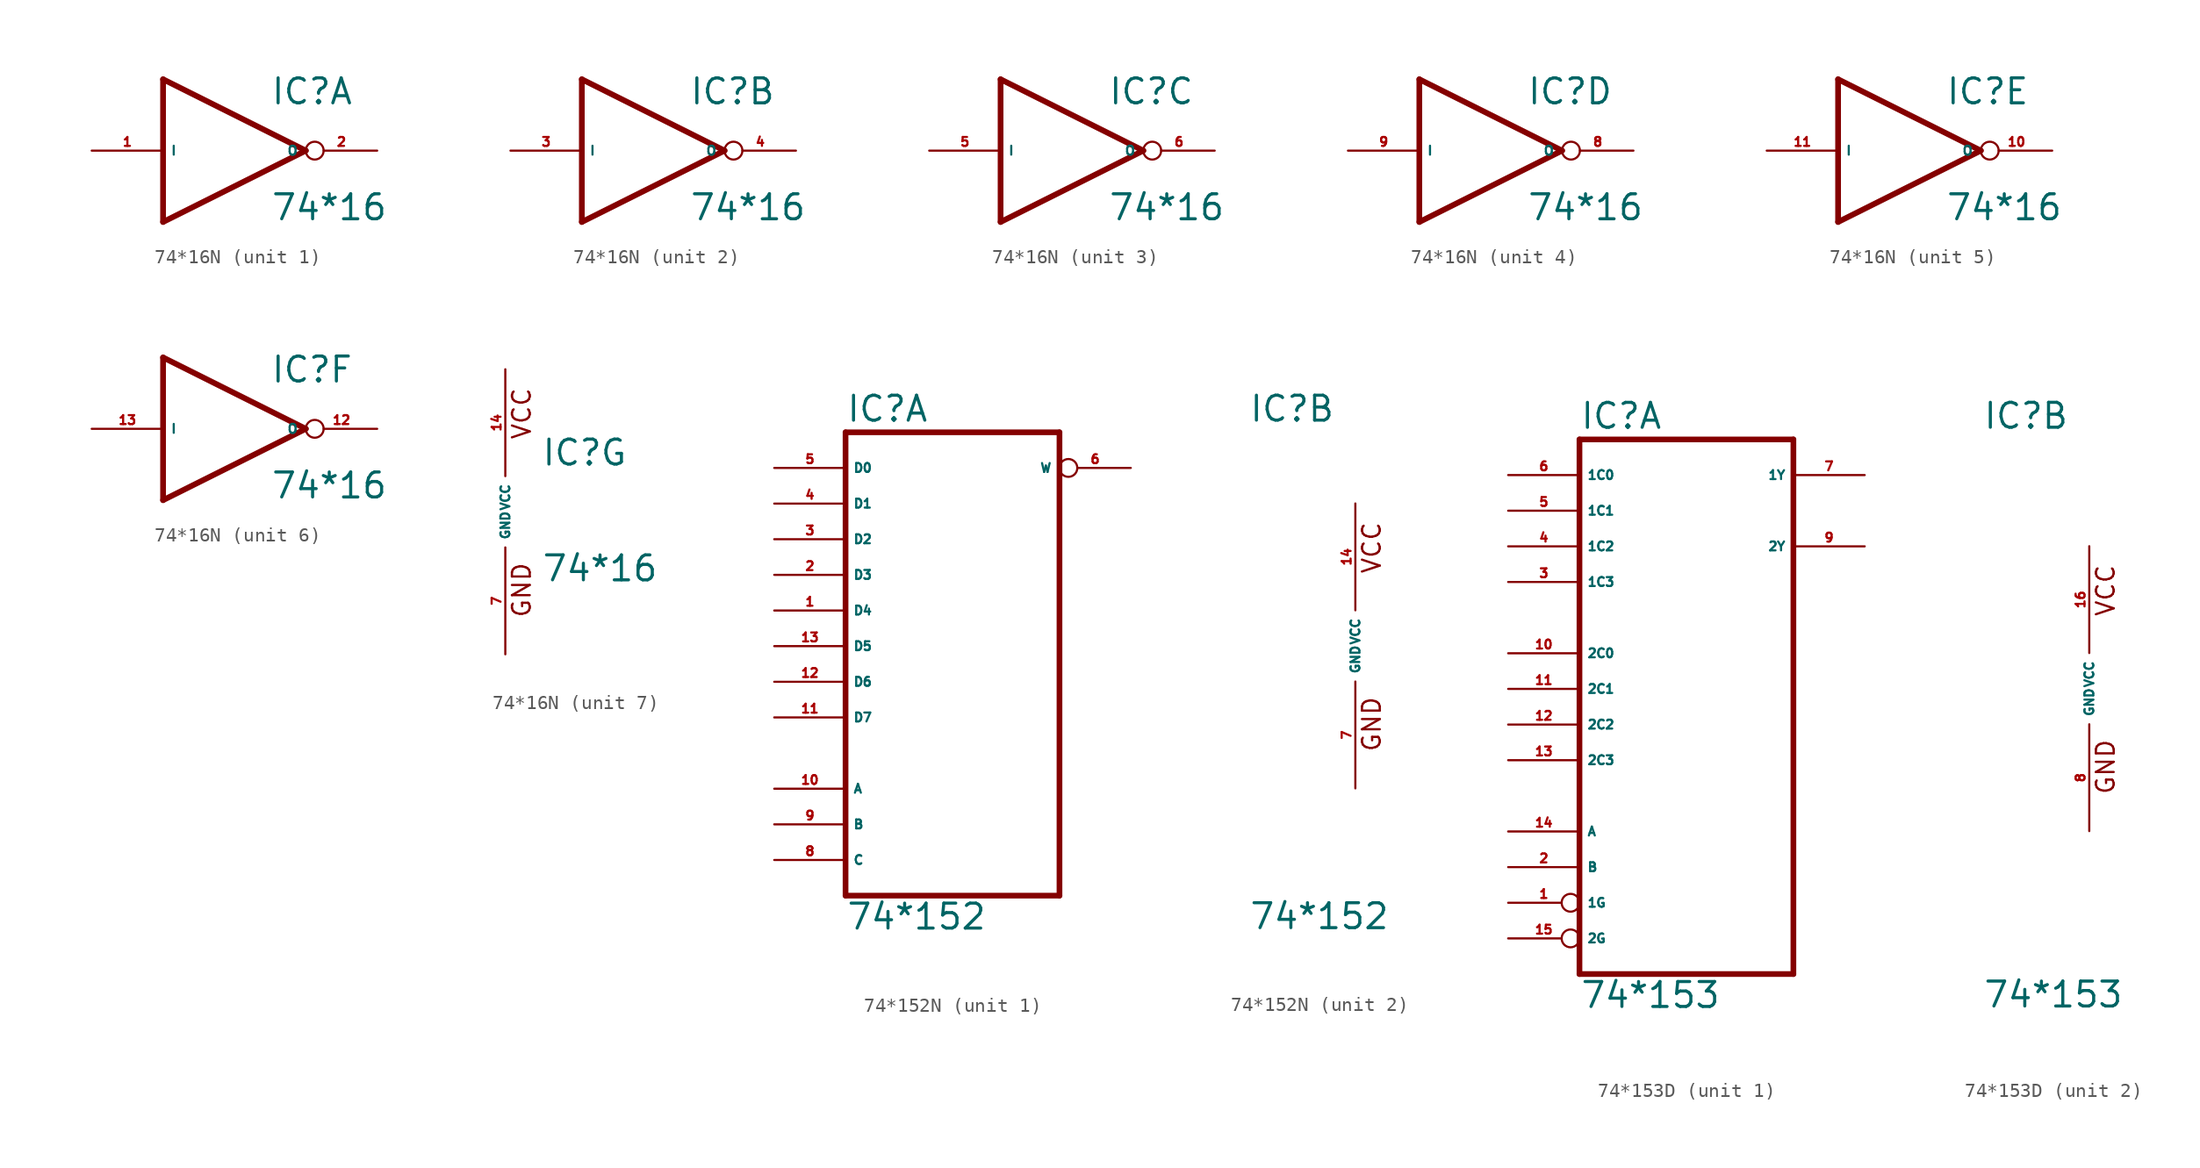
<source format=kicad_sym>
(kicad_symbol_lib
  (version 20220914)
  (generator Eagle2Kicad)
  (symbol "74*16N"
    (property "Reference" "IC"
      (at 2.54 3.175 0)
      (effects (font (size 1.778 1.778) (thickness 0.22)) (justify left bottom)))
    (property "Value" "74*16"
      (at 2.54 -5.08 0)
      (effects (font (size 1.778 1.778) (thickness 0.22)) (justify left bottom)))
    (symbol "74*16N_1_0"
      (polyline (pts (xy -5.08 5.08) (xy 5.08 0)) (stroke (width 0.406) (type default)) (fill (type none)))
      (polyline (pts (xy 5.08 0) (xy -5.08 -5.08)) (stroke (width 0.406) (type default)) (fill (type none)))
      (polyline (pts (xy -5.08 -5.08) (xy -5.08 5.08)) (stroke (width 0.406) (type default)) (fill (type none)))
      (pin input line (at -10.16 0 0) (length 5.08) (name "I" (effects (font (size 0.635 0.635) (thickness 0.08)) (justify left bottom))) (number "1" (effects (font (size 0.635 0.635) (thickness 0.08)) (justify left bottom))))
      (pin open_collector inverted (at 10.16 0 180) (length 5.08) (name "O" (effects (font (size 0.635 0.635) (thickness 0.08)) (justify left bottom))) (number "2" (effects (font (size 0.635 0.635) (thickness 0.08)) (justify left bottom)))))
    (symbol "74*16N_2_0"
      (polyline (pts (xy -5.08 5.08) (xy 5.08 0)) (stroke (width 0.406) (type default)) (fill (type none)))
      (polyline (pts (xy 5.08 0) (xy -5.08 -5.08)) (stroke (width 0.406) (type default)) (fill (type none)))
      (polyline (pts (xy -5.08 -5.08) (xy -5.08 5.08)) (stroke (width 0.406) (type default)) (fill (type none)))
      (pin input line (at -10.16 0 0) (length 5.08) (name "I" (effects (font (size 0.635 0.635) (thickness 0.08)) (justify left bottom))) (number "3" (effects (font (size 0.635 0.635) (thickness 0.08)) (justify left bottom))))
      (pin open_collector inverted (at 10.16 0 180) (length 5.08) (name "O" (effects (font (size 0.635 0.635) (thickness 0.08)) (justify left bottom))) (number "4" (effects (font (size 0.635 0.635) (thickness 0.08)) (justify left bottom)))))
    (symbol "74*16N_3_0"
      (polyline (pts (xy -5.08 5.08) (xy 5.08 0)) (stroke (width 0.406) (type default)) (fill (type none)))
      (polyline (pts (xy 5.08 0) (xy -5.08 -5.08)) (stroke (width 0.406) (type default)) (fill (type none)))
      (polyline (pts (xy -5.08 -5.08) (xy -5.08 5.08)) (stroke (width 0.406) (type default)) (fill (type none)))
      (pin input line (at -10.16 0 0) (length 5.08) (name "I" (effects (font (size 0.635 0.635) (thickness 0.08)) (justify left bottom))) (number "5" (effects (font (size 0.635 0.635) (thickness 0.08)) (justify left bottom))))
      (pin open_collector inverted (at 10.16 0 180) (length 5.08) (name "O" (effects (font (size 0.635 0.635) (thickness 0.08)) (justify left bottom))) (number "6" (effects (font (size 0.635 0.635) (thickness 0.08)) (justify left bottom)))))
    (symbol "74*16N_4_0"
      (polyline (pts (xy -5.08 5.08) (xy 5.08 0)) (stroke (width 0.406) (type default)) (fill (type none)))
      (polyline (pts (xy 5.08 0) (xy -5.08 -5.08)) (stroke (width 0.406) (type default)) (fill (type none)))
      (polyline (pts (xy -5.08 -5.08) (xy -5.08 5.08)) (stroke (width 0.406) (type default)) (fill (type none)))
      (pin input line (at -10.16 0 0) (length 5.08) (name "I" (effects (font (size 0.635 0.635) (thickness 0.08)) (justify left bottom))) (number "9" (effects (font (size 0.635 0.635) (thickness 0.08)) (justify left bottom))))
      (pin open_collector inverted (at 10.16 0 180) (length 5.08) (name "O" (effects (font (size 0.635 0.635) (thickness 0.08)) (justify left bottom))) (number "8" (effects (font (size 0.635 0.635) (thickness 0.08)) (justify left bottom)))))
    (symbol "74*16N_5_0"
      (polyline (pts (xy -5.08 5.08) (xy 5.08 0)) (stroke (width 0.406) (type default)) (fill (type none)))
      (polyline (pts (xy 5.08 0) (xy -5.08 -5.08)) (stroke (width 0.406) (type default)) (fill (type none)))
      (polyline (pts (xy -5.08 -5.08) (xy -5.08 5.08)) (stroke (width 0.406) (type default)) (fill (type none)))
      (pin input line (at -10.16 0 0) (length 5.08) (name "I" (effects (font (size 0.635 0.635) (thickness 0.08)) (justify left bottom))) (number "11" (effects (font (size 0.635 0.635) (thickness 0.08)) (justify left bottom))))
      (pin open_collector inverted (at 10.16 0 180) (length 5.08) (name "O" (effects (font (size 0.635 0.635) (thickness 0.08)) (justify left bottom))) (number "10" (effects (font (size 0.635 0.635) (thickness 0.08)) (justify left bottom)))))
    (symbol "74*16N_6_0"
      (polyline (pts (xy -5.08 5.08) (xy 5.08 0)) (stroke (width 0.406) (type default)) (fill (type none)))
      (polyline (pts (xy 5.08 0) (xy -5.08 -5.08)) (stroke (width 0.406) (type default)) (fill (type none)))
      (polyline (pts (xy -5.08 -5.08) (xy -5.08 5.08)) (stroke (width 0.406) (type default)) (fill (type none)))
      (pin input line (at -10.16 0 0) (length 5.08) (name "I" (effects (font (size 0.635 0.635) (thickness 0.08)) (justify left bottom))) (number "13" (effects (font (size 0.635 0.635) (thickness 0.08)) (justify left bottom))))
      (pin open_collector inverted (at 10.16 0 180) (length 5.08) (name "O" (effects (font (size 0.635 0.635) (thickness 0.08)) (justify left bottom))) (number "12" (effects (font (size 0.635 0.635) (thickness 0.08)) (justify left bottom)))))
    (symbol "74*16N_7_0"
      (text "GND" (at 1.905 -7.62 900) (effects (font (size 1.27 1.27) (thickness 0.16)) (justify left bottom)))
      (text "VCC" (at 1.905 5.08 900) (effects (font (size 1.27 1.27) (thickness 0.16)) (justify left bottom)))
      (pin unspecified line (at 0 -10.16 90) (length 7.62) (name "GND" (effects (font (size 0.635 0.635) (thickness 0.08)) (justify left bottom))) (number "7" (effects (font (size 0.635 0.635) (thickness 0.08)) (justify left bottom))))
      (pin unspecified line (at 0 10.16 270) (length 7.62) (name "VCC" (effects (font (size 0.635 0.635) (thickness 0.08)) (justify left bottom))) (number "14" (effects (font (size 0.635 0.635) (thickness 0.08)) (justify left bottom))))))
  (symbol "74*152N"
    (property "Reference" "IC"
      (at -7.62 15.875 0)
      (effects (font (size 1.778 1.778) (thickness 0.22)) (justify left bottom)))
    (property "Value" "74*152"
      (at -7.62 -20.32 0)
      (effects (font (size 1.778 1.778) (thickness 0.22)) (justify left bottom)))
    (symbol "74*152N_1_0"
      (polyline (pts (xy -7.62 -17.78) (xy 7.62 -17.78)) (stroke (width 0.406) (type default)) (fill (type none)))
      (polyline (pts (xy 7.62 -17.78) (xy 7.62 15.24)) (stroke (width 0.406) (type default)) (fill (type none)))
      (polyline (pts (xy 7.62 15.24) (xy -7.62 15.24)) (stroke (width 0.406) (type default)) (fill (type none)))
      (polyline (pts (xy -7.62 15.24) (xy -7.62 -17.78)) (stroke (width 0.406) (type default)) (fill (type none)))
      (pin input line (at -12.7 2.54 0) (length 5.08) (name "D4" (effects (font (size 0.635 0.635) (thickness 0.08)) (justify left bottom))) (number "1" (effects (font (size 0.635 0.635) (thickness 0.08)) (justify left bottom))))
      (pin input line (at -12.7 5.08 0) (length 5.08) (name "D3" (effects (font (size 0.635 0.635) (thickness 0.08)) (justify left bottom))) (number "2" (effects (font (size 0.635 0.635) (thickness 0.08)) (justify left bottom))))
      (pin input line (at -12.7 7.62 0) (length 5.08) (name "D2" (effects (font (size 0.635 0.635) (thickness 0.08)) (justify left bottom))) (number "3" (effects (font (size 0.635 0.635) (thickness 0.08)) (justify left bottom))))
      (pin input line (at -12.7 10.16 0) (length 5.08) (name "D1" (effects (font (size 0.635 0.635) (thickness 0.08)) (justify left bottom))) (number "4" (effects (font (size 0.635 0.635) (thickness 0.08)) (justify left bottom))))
      (pin input line (at -12.7 12.7 0) (length 5.08) (name "D0" (effects (font (size 0.635 0.635) (thickness 0.08)) (justify left bottom))) (number "5" (effects (font (size 0.635 0.635) (thickness 0.08)) (justify left bottom))))
      (pin output inverted (at 12.7 12.7 180) (length 5.08) (name "W" (effects (font (size 0.635 0.635) (thickness 0.08)) (justify left bottom))) (number "6" (effects (font (size 0.635 0.635) (thickness 0.08)) (justify left bottom))))
      (pin input line (at -12.7 -15.24 0) (length 5.08) (name "C" (effects (font (size 0.635 0.635) (thickness 0.08)) (justify left bottom))) (number "8" (effects (font (size 0.635 0.635) (thickness 0.08)) (justify left bottom))))
      (pin input line (at -12.7 -12.7 0) (length 5.08) (name "B" (effects (font (size 0.635 0.635) (thickness 0.08)) (justify left bottom))) (number "9" (effects (font (size 0.635 0.635) (thickness 0.08)) (justify left bottom))))
      (pin input line (at -12.7 -10.16 0) (length 5.08) (name "A" (effects (font (size 0.635 0.635) (thickness 0.08)) (justify left bottom))) (number "10" (effects (font (size 0.635 0.635) (thickness 0.08)) (justify left bottom))))
      (pin input line (at -12.7 -5.08 0) (length 5.08) (name "D7" (effects (font (size 0.635 0.635) (thickness 0.08)) (justify left bottom))) (number "11" (effects (font (size 0.635 0.635) (thickness 0.08)) (justify left bottom))))
      (pin input line (at -12.7 -2.54 0) (length 5.08) (name "D6" (effects (font (size 0.635 0.635) (thickness 0.08)) (justify left bottom))) (number "12" (effects (font (size 0.635 0.635) (thickness 0.08)) (justify left bottom))))
      (pin input line (at -12.7 0 0) (length 5.08) (name "D5" (effects (font (size 0.635 0.635) (thickness 0.08)) (justify left bottom))) (number "13" (effects (font (size 0.635 0.635) (thickness 0.08)) (justify left bottom)))))
    (symbol "74*152N_2_0"
      (text "GND" (at 1.905 -7.62 900) (effects (font (size 1.27 1.27) (thickness 0.16)) (justify left bottom)))
      (text "VCC" (at 1.905 5.08 900) (effects (font (size 1.27 1.27) (thickness 0.16)) (justify left bottom)))
      (pin unspecified line (at 0 -10.16 90) (length 7.62) (name "GND" (effects (font (size 0.635 0.635) (thickness 0.08)) (justify left bottom))) (number "7" (effects (font (size 0.635 0.635) (thickness 0.08)) (justify left bottom))))
      (pin unspecified line (at 0 10.16 270) (length 7.62) (name "VCC" (effects (font (size 0.635 0.635) (thickness 0.08)) (justify left bottom))) (number "14" (effects (font (size 0.635 0.635) (thickness 0.08)) (justify left bottom))))))
  (symbol "74*153D"
    (property "Reference" "IC"
      (at -7.62 18.415 0)
      (effects (font (size 1.778 1.778) (thickness 0.22)) (justify left bottom)))
    (property "Value" "74*153"
      (at -7.62 -22.86 0)
      (effects (font (size 1.778 1.778) (thickness 0.22)) (justify left bottom)))
    (symbol "74*153D_1_0"
      (polyline (pts (xy -7.62 -20.32) (xy 7.62 -20.32)) (stroke (width 0.406) (type default)) (fill (type none)))
      (polyline (pts (xy 7.62 -20.32) (xy 7.62 17.78)) (stroke (width 0.406) (type default)) (fill (type none)))
      (polyline (pts (xy 7.62 17.78) (xy -7.62 17.78)) (stroke (width 0.406) (type default)) (fill (type none)))
      (polyline (pts (xy -7.62 17.78) (xy -7.62 -20.32)) (stroke (width 0.406) (type default)) (fill (type none)))
      (pin input inverted (at -12.7 -15.24 0) (length 5.08) (name "1G" (effects (font (size 0.635 0.635) (thickness 0.08)) (justify left bottom))) (number "1" (effects (font (size 0.635 0.635) (thickness 0.08)) (justify left bottom))))
      (pin input line (at -12.7 -12.7 0) (length 5.08) (name "B" (effects (font (size 0.635 0.635) (thickness 0.08)) (justify left bottom))) (number "2" (effects (font (size 0.635 0.635) (thickness 0.08)) (justify left bottom))))
      (pin input line (at -12.7 7.62 0) (length 5.08) (name "1C3" (effects (font (size 0.635 0.635) (thickness 0.08)) (justify left bottom))) (number "3" (effects (font (size 0.635 0.635) (thickness 0.08)) (justify left bottom))))
      (pin input line (at -12.7 10.16 0) (length 5.08) (name "1C2" (effects (font (size 0.635 0.635) (thickness 0.08)) (justify left bottom))) (number "4" (effects (font (size 0.635 0.635) (thickness 0.08)) (justify left bottom))))
      (pin input line (at -12.7 12.7 0) (length 5.08) (name "1C1" (effects (font (size 0.635 0.635) (thickness 0.08)) (justify left bottom))) (number "5" (effects (font (size 0.635 0.635) (thickness 0.08)) (justify left bottom))))
      (pin input line (at -12.7 15.24 0) (length 5.08) (name "1C0" (effects (font (size 0.635 0.635) (thickness 0.08)) (justify left bottom))) (number "6" (effects (font (size 0.635 0.635) (thickness 0.08)) (justify left bottom))))
      (pin output line (at 12.7 15.24 180) (length 5.08) (name "1Y" (effects (font (size 0.635 0.635) (thickness 0.08)) (justify left bottom))) (number "7" (effects (font (size 0.635 0.635) (thickness 0.08)) (justify left bottom))))
      (pin output line (at 12.7 10.16 180) (length 5.08) (name "2Y" (effects (font (size 0.635 0.635) (thickness 0.08)) (justify left bottom))) (number "9" (effects (font (size 0.635 0.635) (thickness 0.08)) (justify left bottom))))
      (pin input line (at -12.7 2.54 0) (length 5.08) (name "2C0" (effects (font (size 0.635 0.635) (thickness 0.08)) (justify left bottom))) (number "10" (effects (font (size 0.635 0.635) (thickness 0.08)) (justify left bottom))))
      (pin input line (at -12.7 0 0) (length 5.08) (name "2C1" (effects (font (size 0.635 0.635) (thickness 0.08)) (justify left bottom))) (number "11" (effects (font (size 0.635 0.635) (thickness 0.08)) (justify left bottom))))
      (pin input line (at -12.7 -2.54 0) (length 5.08) (name "2C2" (effects (font (size 0.635 0.635) (thickness 0.08)) (justify left bottom))) (number "12" (effects (font (size 0.635 0.635) (thickness 0.08)) (justify left bottom))))
      (pin input line (at -12.7 -5.08 0) (length 5.08) (name "2C3" (effects (font (size 0.635 0.635) (thickness 0.08)) (justify left bottom))) (number "13" (effects (font (size 0.635 0.635) (thickness 0.08)) (justify left bottom))))
      (pin input line (at -12.7 -10.16 0) (length 5.08) (name "A" (effects (font (size 0.635 0.635) (thickness 0.08)) (justify left bottom))) (number "14" (effects (font (size 0.635 0.635) (thickness 0.08)) (justify left bottom))))
      (pin input inverted (at -12.7 -17.78 0) (length 5.08) (name "2G" (effects (font (size 0.635 0.635) (thickness 0.08)) (justify left bottom))) (number "15" (effects (font (size 0.635 0.635) (thickness 0.08)) (justify left bottom)))))
    (symbol "74*153D_2_0"
      (text "GND" (at 1.905 -7.62 900) (effects (font (size 1.27 1.27) (thickness 0.16)) (justify left bottom)))
      (text "VCC" (at 1.905 5.08 900) (effects (font (size 1.27 1.27) (thickness 0.16)) (justify left bottom)))
      (pin unspecified line (at 0 -10.16 90) (length 7.62) (name "GND" (effects (font (size 0.635 0.635) (thickness 0.08)) (justify left bottom))) (number "8" (effects (font (size 0.635 0.635) (thickness 0.08)) (justify left bottom))))
      (pin unspecified line (at 0 10.16 270) (length 7.62) (name "VCC" (effects (font (size 0.635 0.635) (thickness 0.08)) (justify left bottom))) (number "16" (effects (font (size 0.635 0.635) (thickness 0.08)) (justify left bottom)))))))
</source>
